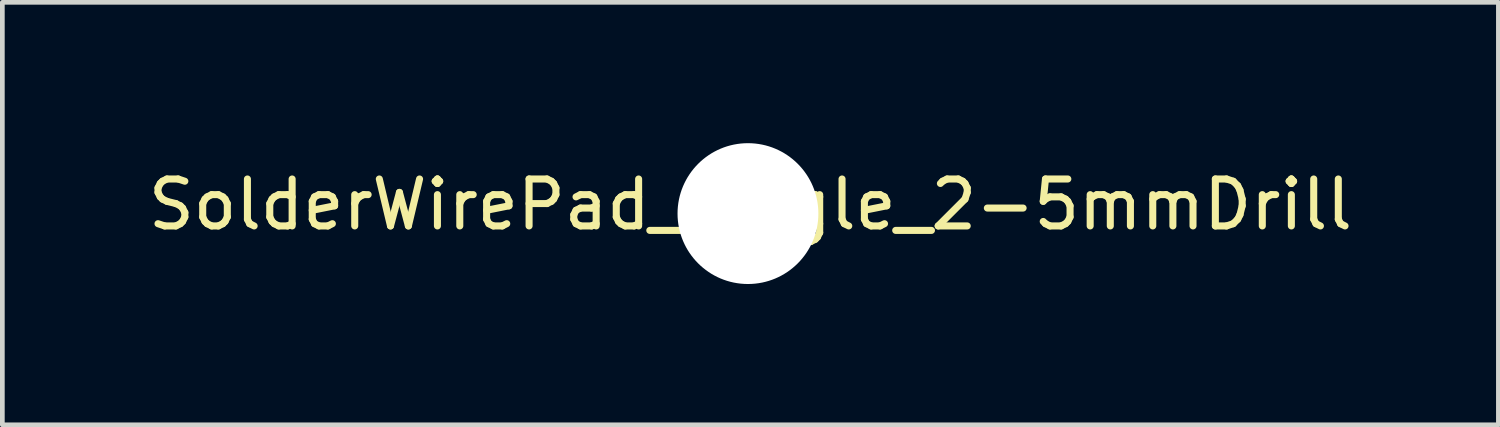
<source format=kicad_pcb>
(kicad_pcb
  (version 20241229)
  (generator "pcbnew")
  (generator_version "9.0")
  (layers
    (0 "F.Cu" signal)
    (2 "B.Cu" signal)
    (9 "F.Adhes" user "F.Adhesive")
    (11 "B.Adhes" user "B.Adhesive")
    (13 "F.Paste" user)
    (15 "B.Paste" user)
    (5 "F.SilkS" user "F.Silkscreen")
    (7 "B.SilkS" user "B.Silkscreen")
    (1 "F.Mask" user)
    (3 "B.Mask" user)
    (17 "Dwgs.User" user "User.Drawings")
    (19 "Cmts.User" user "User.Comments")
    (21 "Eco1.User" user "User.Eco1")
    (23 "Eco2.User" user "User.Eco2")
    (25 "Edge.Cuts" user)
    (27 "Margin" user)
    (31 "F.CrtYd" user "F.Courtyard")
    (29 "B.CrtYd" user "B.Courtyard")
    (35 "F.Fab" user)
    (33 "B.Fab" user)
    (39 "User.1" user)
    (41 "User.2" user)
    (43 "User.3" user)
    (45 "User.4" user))
  (footprint "SolderWirePad_single_2-5mmDrill"
    (layer "F.Cu")
    (at 12.883 1.5)
    (property "Reference" "SolderWirePad_single_2-5mmDrill" (at 0.052 -0.192 0) (layer "F.SilkS") (effects (font (size 1 1) (thickness 0.15))))
    (attr through_hole)
    (pad "" np_thru_hole circle (at 0 0) (size 3 3) (drill 3) (layers "*.Cu" "*.Mask")))
  (gr_rect
    (start -3 -3)
    (end 28.869 6)
    (stroke (width 0.1) (type default))
    (fill no)
    (layer "Edge.Cuts")))
</source>
